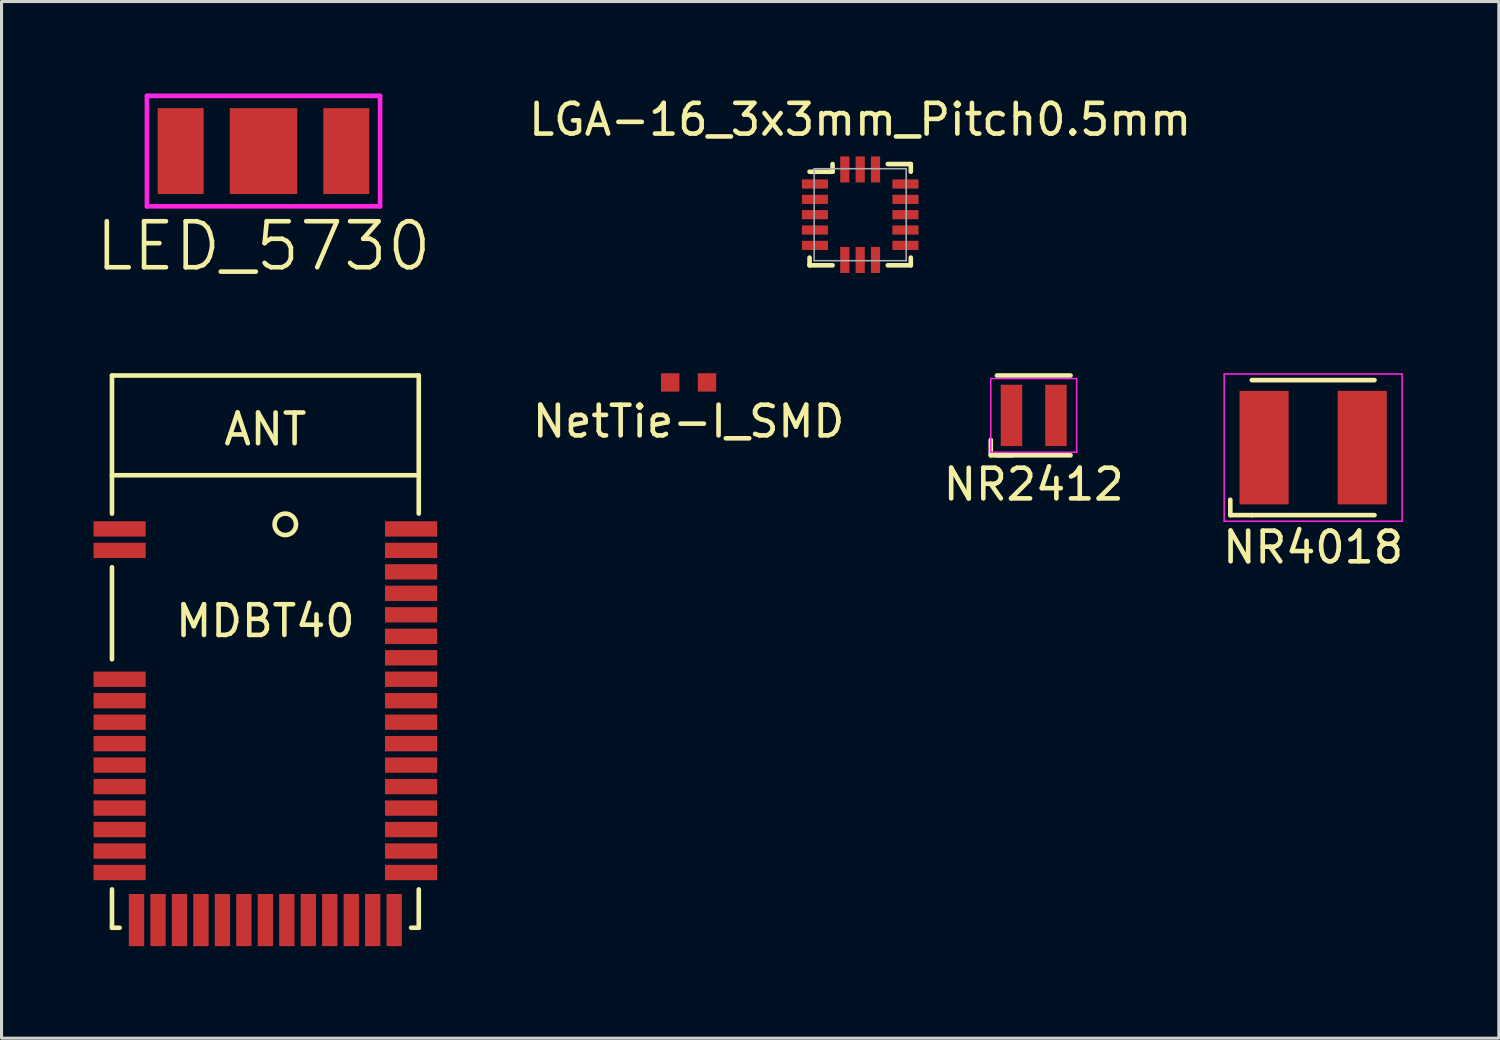
<source format=kicad_pcb>
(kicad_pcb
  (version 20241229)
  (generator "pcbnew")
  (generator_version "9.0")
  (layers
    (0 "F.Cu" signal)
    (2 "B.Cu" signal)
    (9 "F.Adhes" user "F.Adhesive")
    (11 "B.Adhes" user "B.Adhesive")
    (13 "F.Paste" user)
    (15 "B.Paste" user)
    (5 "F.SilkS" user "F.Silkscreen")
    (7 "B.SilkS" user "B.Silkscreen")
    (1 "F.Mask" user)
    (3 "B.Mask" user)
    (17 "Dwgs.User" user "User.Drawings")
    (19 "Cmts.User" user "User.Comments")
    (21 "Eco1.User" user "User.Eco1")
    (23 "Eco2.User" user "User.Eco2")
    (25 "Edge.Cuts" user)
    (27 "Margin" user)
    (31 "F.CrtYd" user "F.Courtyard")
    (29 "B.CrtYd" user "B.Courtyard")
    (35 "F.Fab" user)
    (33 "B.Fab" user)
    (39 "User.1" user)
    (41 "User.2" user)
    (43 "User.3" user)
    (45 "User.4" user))
  (footprint "MDBT40"
    (layer "F.Cu")
    (at 5.6 27.191)
    (property "Reference" "MDBT40" (at 0 -10 0) (layer "F.SilkS") (effects (font (size 1 1) (thickness 0.15))))
    (attr through_hole)
    (fp_line (start -5 -14.75) (end 5 -14.75) (stroke (width 0.15) (type solid)) (layer "F.SilkS"))
    (fp_line (start -5 -13.5) (end -5 -18) (stroke (width 0.15) (type solid)) (layer "F.SilkS"))
    (fp_line (start -5 -8.75) (end -5 -11.75) (stroke (width 0.15) (type solid)) (layer "F.SilkS"))
    (fp_line (start -5 -1.25) (end -5 0) (stroke (width 0.15) (type solid)) (layer "F.SilkS"))
    (fp_line (start -5 0) (end -4.75 0) (stroke (width 0.15) (type solid)) (layer "F.SilkS"))
    (fp_line (start 4.75 0) (end 5 0) (stroke (width 0.15) (type solid)) (layer "F.SilkS"))
    (fp_line (start 5 -18) (end -5 -18) (stroke (width 0.15) (type solid)) (layer "F.SilkS"))
    (fp_line (start 5 -13.5) (end 5 -18) (stroke (width 0.15) (type solid)) (layer "F.SilkS"))
    (fp_line (start 5 0) (end 5 -1.25) (stroke (width 0.15) (type solid)) (layer "F.SilkS"))
    (fp_circle (center 0.65 -13.15) (end 1 -13.15) (stroke (width 0.15) (type solid)) (fill no) (layer "F.SilkS"))
    (fp_text user "ANT" (at 0 -16.25 0) (layer "F.SilkS") (effects (font (size 1 1) (thickness 0.15))))
    (pad "1" smd rect (at -4.75 -13) (size 1.7 0.5) (layers "F.Cu" "F.Mask" "F.Paste"))
    (pad "2" smd rect (at -4.75 -12.3) (size 1.7 0.5) (layers "F.Cu" "F.Mask" "F.Paste"))
    (pad "3" smd rect (at -4.75 -8.1) (size 1.7 0.5) (layers "F.Cu" "F.Mask" "F.Paste"))
    (pad "4" smd rect (at -4.75 -7.4) (size 1.7 0.5) (layers "F.Cu" "F.Mask" "F.Paste"))
    (pad "5" smd rect (at -4.75 -6.7) (size 1.7 0.5) (layers "F.Cu" "F.Mask" "F.Paste"))
    (pad "6" smd rect (at -4.75 -6) (size 1.7 0.5) (layers "F.Cu" "F.Mask" "F.Paste"))
    (pad "7" smd rect (at -4.75 -5.3) (size 1.7 0.5) (layers "F.Cu" "F.Mask" "F.Paste"))
    (pad "8" smd rect (at -4.75 -4.6) (size 1.7 0.5) (layers "F.Cu" "F.Mask" "F.Paste"))
    (pad "9" smd rect (at -4.75 -3.9) (size 1.7 0.5) (layers "F.Cu" "F.Mask" "F.Paste"))
    (pad "10" smd rect (at -4.75 -3.2) (size 1.7 0.5) (layers "F.Cu" "F.Mask" "F.Paste"))
    (pad "11" smd rect (at -4.75 -2.5) (size 1.7 0.5) (layers "F.Cu" "F.Mask" "F.Paste"))
    (pad "12" smd rect (at -4.75 -1.8) (size 1.7 0.5) (layers "F.Cu" "F.Mask" "F.Paste"))
    (pad "13" smd rect (at -4.2 -0.25) (size 0.5 1.7) (layers "F.Cu" "F.Mask" "F.Paste"))
    (pad "14" smd rect (at -3.5 -0.25) (size 0.5 1.7) (layers "F.Cu" "F.Mask" "F.Paste"))
    (pad "15" smd rect (at -2.8 -0.25) (size 0.5 1.7) (layers "F.Cu" "F.Mask" "F.Paste"))
    (pad "16" smd rect (at -2.1 -0.25) (size 0.5 1.7) (layers "F.Cu" "F.Mask" "F.Paste"))
    (pad "17" smd rect (at -1.4 -0.25) (size 0.5 1.7) (layers "F.Cu" "F.Mask" "F.Paste"))
    (pad "18" smd rect (at -0.7 -0.25) (size 0.5 1.7) (layers "F.Cu" "F.Mask" "F.Paste"))
    (pad "19" smd rect (at 0 -0.25) (size 0.5 1.7) (layers "F.Cu" "F.Mask" "F.Paste"))
    (pad "20" smd rect (at 0.7 -0.25) (size 0.5 1.7) (layers "F.Cu" "F.Mask" "F.Paste"))
    (pad "21" smd rect (at 1.4 -0.25) (size 0.5 1.7) (layers "F.Cu" "F.Mask" "F.Paste"))
    (pad "22" smd rect (at 2.1 -0.25) (size 0.5 1.7) (layers "F.Cu" "F.Mask" "F.Paste"))
    (pad "23" smd rect (at 2.8 -0.25) (size 0.5 1.7) (layers "F.Cu" "F.Mask" "F.Paste"))
    (pad "24" smd rect (at 3.5 -0.25) (size 0.5 1.7) (layers "F.Cu" "F.Mask" "F.Paste"))
    (pad "25" smd rect (at 4.2 -0.25) (size 0.5 1.7) (layers "F.Cu" "F.Mask" "F.Paste"))
    (pad "26" smd rect (at 4.75 -1.8) (size 1.7 0.5) (layers "F.Cu" "F.Mask" "F.Paste"))
    (pad "27" smd rect (at 4.75 -2.5) (size 1.7 0.5) (layers "F.Cu" "F.Mask" "F.Paste"))
    (pad "28" smd rect (at 4.75 -3.2) (size 1.7 0.5) (layers "F.Cu" "F.Mask" "F.Paste"))
    (pad "29" smd rect (at 4.75 -3.9) (size 1.7 0.5) (layers "F.Cu" "F.Mask" "F.Paste"))
    (pad "30" smd rect (at 4.75 -4.6) (size 1.7 0.5) (layers "F.Cu" "F.Mask" "F.Paste"))
    (pad "31" smd rect (at 4.75 -5.3) (size 1.7 0.5) (layers "F.Cu" "F.Mask" "F.Paste"))
    (pad "32" smd rect (at 4.75 -6) (size 1.7 0.5) (layers "F.Cu" "F.Mask" "F.Paste"))
    (pad "33" smd rect (at 4.75 -6.7) (size 1.7 0.5) (layers "F.Cu" "F.Mask" "F.Paste"))
    (pad "34" smd rect (at 4.75 -7.4) (size 1.7 0.5) (layers "F.Cu" "F.Mask" "F.Paste"))
    (pad "35" smd rect (at 4.75 -8.1) (size 1.7 0.5) (layers "F.Cu" "F.Mask" "F.Paste"))
    (pad "36" smd rect (at 4.75 -8.8) (size 1.7 0.5) (layers "F.Cu" "F.Mask" "F.Paste"))
    (pad "37" smd rect (at 4.75 -9.5) (size 1.7 0.5) (layers "F.Cu" "F.Mask" "F.Paste"))
    (pad "38" smd rect (at 4.75 -10.2) (size 1.7 0.5) (layers "F.Cu" "F.Mask" "F.Paste"))
    (pad "39" smd rect (at 4.75 -10.9) (size 1.7 0.5) (layers "F.Cu" "F.Mask" "F.Paste"))
    (pad "40" smd rect (at 4.75 -11.6) (size 1.7 0.5) (layers "F.Cu" "F.Mask" "F.Paste"))
    (pad "41" smd rect (at 4.75 -12.3) (size 1.7 0.5) (layers "F.Cu" "F.Mask" "F.Paste"))
    (pad "42" smd rect (at 4.75 -13) (size 1.7 0.5) (layers "F.Cu" "F.Mask" "F.Paste")))
  (footprint "LED_5730"
    (layer "F.Cu")
    (at 5.539 1.875)
    (property "Reference" "LED_5730" (at 0 3.1 0) (layer "F.SilkS") (effects (font (size 1.5 1.5) (thickness 0.15))))
    (attr smd)
    (fp_line (start -3.8 -1.8) (end 3.8 -1.8) (stroke (width 0.15) (type solid)) (layer "F.CrtYd"))
    (fp_line (start -3.8 1.8) (end -3.8 -1.8) (stroke (width 0.15) (type solid)) (layer "F.CrtYd"))
    (fp_line (start 3.8 -1.8) (end 3.8 1.8) (stroke (width 0.15) (type solid)) (layer "F.CrtYd"))
    (fp_line (start 3.8 1.8) (end -3.8 1.8) (stroke (width 0.15) (type solid)) (layer "F.CrtYd"))
    (pad "1" smd rect (at 2.7 0) (size 1.5 2.8) (layers "F.Cu" "F.Mask" "F.Paste"))
    (pad "2" smd rect (at -2.7 0) (size 1.5 2.8) (layers "F.Cu" "F.Mask" "F.Paste"))
    (pad "EP" smd rect (at 0 0) (size 2.2 2.8) (layers "F.Cu" "F.Mask" "F.Paste")))
  (footprint "NetTie-I_SMD"
    (layer "F.Cu")
    (at 19.396 9.416)
    (property "Reference" "NetTie-I_SMD" (at 0 1.27 0) (layer "F.SilkS") (effects (font (size 1 1) (thickness 0.15))))
    (attr through_hole)
    (pad "1" smd rect (at -0.6 0) (size 0.6 0.6) (layers "F.Cu" "F.Mask" "F.Paste"))
    (pad "2" smd rect (at 0.6 0) (size 0.6 0.6) (layers "F.Cu" "F.Mask" "F.Paste")))
  (footprint "NR4018"
    (layer "F.Cu")
    (at 39.754 11.541)
    (property "Reference" "NR4018" (at 0 3.25 0) (layer "F.SilkS") (effects (font (size 1 1) (thickness 0.15))))
    (attr smd)
    (fp_line (start -2.7 2.2) (end -2.7 1.7) (stroke (width 0.15) (type solid)) (layer "F.SilkS"))
    (fp_line (start -2 -2.2) (end 2 -2.2) (stroke (width 0.15) (type solid)) (layer "F.SilkS"))
    (fp_line (start -2 2.2) (end -2.7 2.2) (stroke (width 0.15) (type solid)) (layer "F.SilkS"))
    (fp_line (start 2 2.2) (end -2 2.2) (stroke (width 0.15) (type solid)) (layer "F.SilkS"))
    (fp_line (start -2.9 -2.4) (end 2.9 -2.4) (stroke (width 0.05) (type solid)) (layer "F.CrtYd"))
    (fp_line (start -2.9 2.4) (end -2.9 -2.4) (stroke (width 0.05) (type solid)) (layer "F.CrtYd"))
    (fp_line (start 2.9 -2.4) (end 2.9 2.4) (stroke (width 0.05) (type solid)) (layer "F.CrtYd"))
    (fp_line (start 2.9 2.4) (end -2.9 2.4) (stroke (width 0.05) (type solid)) (layer "F.CrtYd"))
    (pad "1" smd rect (at -1.6 0) (size 1.6 3.7) (layers "F.Cu" "F.Mask" "F.Paste"))
    (pad "2" smd rect (at 1.6 0) (size 1.6 3.7) (layers "F.Cu" "F.Mask" "F.Paste")))
  (footprint "NR2412"
    (layer "F.Cu")
    (at 30.646 10.491)
    (property "Reference" "NR2412" (at 0 2.25 0) (layer "F.SilkS") (effects (font (size 1 1) (thickness 0.15))))
    (attr smd)
    (fp_line (start -1.4 1.3) (end -1.4 0.8) (stroke (width 0.15) (type solid)) (layer "F.SilkS"))
    (fp_line (start -1.2 -1.3) (end 1.2 -1.3) (stroke (width 0.15) (type solid)) (layer "F.SilkS"))
    (fp_line (start -0.7 1.3) (end -1.4 1.3) (stroke (width 0.15) (type solid)) (layer "F.SilkS"))
    (fp_line (start 1.2 1.3) (end -1.2 1.3) (stroke (width 0.15) (type solid)) (layer "F.SilkS"))
    (fp_line (start -1.4 -1.2) (end 1.4 -1.2) (stroke (width 0.05) (type solid)) (layer "F.CrtYd"))
    (fp_line (start -1.4 1.2) (end -1.4 -1.2) (stroke (width 0.05) (type solid)) (layer "F.CrtYd"))
    (fp_line (start 1.4 -1.2) (end 1.4 1.2) (stroke (width 0.05) (type solid)) (layer "F.CrtYd"))
    (fp_line (start 1.4 1.2) (end -1.4 1.2) (stroke (width 0.05) (type solid)) (layer "F.CrtYd"))
    (pad "1" smd rect (at -0.725 0) (size 0.7 2) (layers "F.Cu" "F.Mask" "F.Paste"))
    (pad "2" smd rect (at 0.725 0) (size 0.7 2) (layers "F.Cu" "F.Mask" "F.Paste")))
  (footprint "LGA-16_3x3mm_Pitch0.5mm"
    (layer "F.Cu")
    (at 24.989 3.948)
    (property "Reference" "LGA-16_3x3mm_Pitch0.5mm" (at 0 -3.1 0) (layer "F.SilkS") (effects (font (size 1 1) (thickness 0.15))))
    (attr through_hole)
    (fp_line (start -1.65 -1.4) (end -0.9 -1.4) (stroke (width 0.15) (type solid)) (layer "F.SilkS"))
    (fp_line (start -1.65 1.65) (end -1.65 1.4) (stroke (width 0.15) (type solid)) (layer "F.SilkS"))
    (fp_line (start -0.9 -1.4) (end -0.9 -1.65) (stroke (width 0.15) (type solid)) (layer "F.SilkS"))
    (fp_line (start -0.9 1.65) (end -1.65 1.65) (stroke (width 0.15) (type solid)) (layer "F.SilkS"))
    (fp_line (start 0.9 -1.65) (end 1.65 -1.65) (stroke (width 0.15) (type solid)) (layer "F.SilkS"))
    (fp_line (start 1.65 -1.65) (end 1.65 -1.4) (stroke (width 0.15) (type solid)) (layer "F.SilkS"))
    (fp_line (start 1.65 1.4) (end 1.65 1.65) (stroke (width 0.15) (type solid)) (layer "F.SilkS"))
    (fp_line (start 1.65 1.65) (end 0.9 1.65) (stroke (width 0.15) (type solid)) (layer "F.SilkS"))
    (fp_line (start -1.5 -1.5) (end 1.5 -1.5) (stroke (width 0.05) (type solid)) (layer "F.Fab"))
    (fp_line (start -1.5 1.5) (end -1.5 -1.5) (stroke (width 0.05) (type solid)) (layer "F.Fab"))
    (fp_line (start 1.5 -1.5) (end 1.5 1.5) (stroke (width 0.05) (type solid)) (layer "F.Fab"))
    (fp_line (start 1.5 1.5) (end -1.5 1.5) (stroke (width 0.05) (type solid)) (layer "F.Fab"))
    (pad "1" smd rect (at -1.475 -1) (size 0.85 0.3) (layers "F.Cu" "F.Mask" "F.Paste"))
    (pad "2" smd rect (at -1.475 -0.5) (size 0.85 0.3) (layers "F.Cu" "F.Mask" "F.Paste"))
    (pad "3" smd rect (at -1.475 0) (size 0.85 0.3) (layers "F.Cu" "F.Mask" "F.Paste"))
    (pad "4" smd rect (at -1.475 0.5) (size 0.85 0.3) (layers "F.Cu" "F.Mask" "F.Paste"))
    (pad "5" smd rect (at -1.475 1) (size 0.85 0.3) (layers "F.Cu" "F.Mask" "F.Paste"))
    (pad "6" smd rect (at -0.5 1.475) (size 0.3 0.85) (layers "F.Cu" "F.Mask" "F.Paste"))
    (pad "7" smd rect (at 0 1.475) (size 0.3 0.85) (layers "F.Cu" "F.Mask" "F.Paste"))
    (pad "8" smd rect (at 0.5 1.475) (size 0.3 0.85) (layers "F.Cu" "F.Mask" "F.Paste"))
    (pad "9" smd rect (at 1.475 1) (size 0.85 0.3) (layers "F.Cu" "F.Mask" "F.Paste"))
    (pad "10" smd rect (at 1.475 0.5) (size 0.85 0.3) (layers "F.Cu" "F.Mask" "F.Paste"))
    (pad "11" smd rect (at 1.475 0) (size 0.85 0.3) (layers "F.Cu" "F.Mask" "F.Paste"))
    (pad "12" smd rect (at 1.475 -0.5) (size 0.85 0.3) (layers "F.Cu" "F.Mask" "F.Paste"))
    (pad "13" smd rect (at 1.475 -1) (size 0.85 0.3) (layers "F.Cu" "F.Mask" "F.Paste"))
    (pad "14" smd rect (at 0.5 -1.475) (size 0.3 0.85) (layers "F.Cu" "F.Mask" "F.Paste"))
    (pad "15" smd rect (at 0 -1.475) (size 0.3 0.85) (layers "F.Cu" "F.Mask" "F.Paste"))
    (pad "16" smd rect (at -0.5 -1.475) (size 0.3 0.85) (layers "F.Cu" "F.Mask" "F.Paste")))
  (gr_rect
    (start -3 -3)
    (end 45.807 30.791)
    (stroke (width 0.1) (type default))
    (fill no)
    (layer "Edge.Cuts")))
</source>
